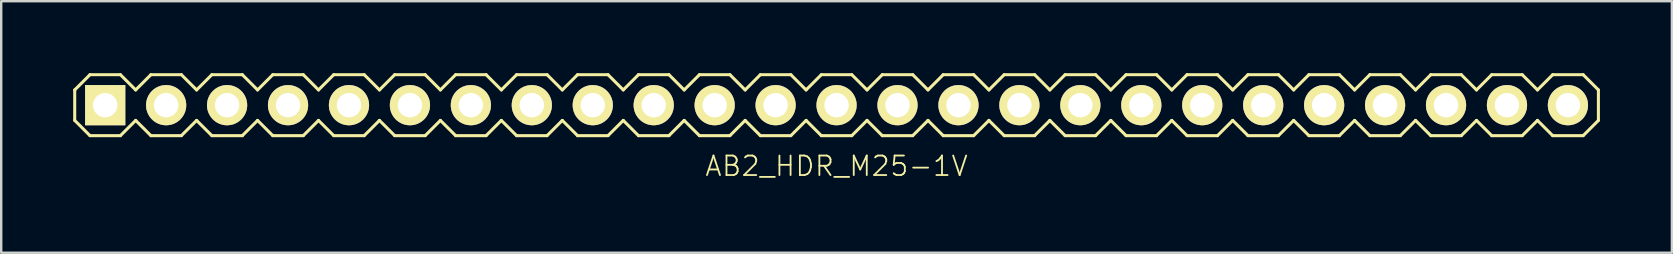
<source format=kicad_pcb>
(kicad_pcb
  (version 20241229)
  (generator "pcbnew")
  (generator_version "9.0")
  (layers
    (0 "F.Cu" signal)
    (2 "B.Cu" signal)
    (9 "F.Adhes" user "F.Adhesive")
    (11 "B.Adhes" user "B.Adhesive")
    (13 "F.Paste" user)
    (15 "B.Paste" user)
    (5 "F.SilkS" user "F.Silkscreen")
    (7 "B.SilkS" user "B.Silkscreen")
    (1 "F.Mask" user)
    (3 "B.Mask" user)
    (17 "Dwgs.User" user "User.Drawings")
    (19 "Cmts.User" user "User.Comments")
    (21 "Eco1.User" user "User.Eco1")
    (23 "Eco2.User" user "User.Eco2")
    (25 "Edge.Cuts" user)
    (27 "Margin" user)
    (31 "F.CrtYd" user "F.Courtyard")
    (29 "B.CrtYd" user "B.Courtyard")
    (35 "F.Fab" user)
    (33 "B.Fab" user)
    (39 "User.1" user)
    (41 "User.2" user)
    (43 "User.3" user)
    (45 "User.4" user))
  (footprint "AB2_HDR_M25-1V"
    (layer "F.Cu")
    (at 31.814 1.333)
    (property "Reference" "AB2_HDR_M25-1V" (at 0 2.54 0) (layer "F.SilkS") (effects (font (size 0.813 0.813) (thickness 0.076))))
    (attr through_hole)
    (fp_line (start -31.75 -0.635) (end -31.115 -1.27) (stroke (width 0.127) (type solid)) (layer "F.SilkS"))
    (fp_line (start -31.75 0.635) (end -31.75 -0.635) (stroke (width 0.127) (type solid)) (layer "F.SilkS"))
    (fp_line (start -31.115 -1.27) (end -29.845 -1.27) (stroke (width 0.127) (type solid)) (layer "F.SilkS"))
    (fp_line (start -31.115 1.27) (end -31.75 0.635) (stroke (width 0.127) (type solid)) (layer "F.SilkS"))
    (fp_line (start -29.845 -1.27) (end -29.21 -0.635) (stroke (width 0.127) (type solid)) (layer "F.SilkS"))
    (fp_line (start -29.845 1.27) (end -31.115 1.27) (stroke (width 0.127) (type solid)) (layer "F.SilkS"))
    (fp_line (start -29.21 -0.635) (end -28.575 -1.27) (stroke (width 0.127) (type solid)) (layer "F.SilkS"))
    (fp_line (start -29.21 0.635) (end -29.845 1.27) (stroke (width 0.127) (type solid)) (layer "F.SilkS"))
    (fp_line (start -28.575 -1.27) (end -27.305 -1.27) (stroke (width 0.127) (type solid)) (layer "F.SilkS"))
    (fp_line (start -28.575 1.27) (end -29.21 0.635) (stroke (width 0.127) (type solid)) (layer "F.SilkS"))
    (fp_line (start -27.305 -1.27) (end -26.67 -0.635) (stroke (width 0.127) (type solid)) (layer "F.SilkS"))
    (fp_line (start -27.305 1.27) (end -28.575 1.27) (stroke (width 0.127) (type solid)) (layer "F.SilkS"))
    (fp_line (start -26.67 -0.635) (end -26.035 -1.27) (stroke (width 0.127) (type solid)) (layer "F.SilkS"))
    (fp_line (start -26.67 0.635) (end -27.305 1.27) (stroke (width 0.127) (type solid)) (layer "F.SilkS"))
    (fp_line (start -26.035 -1.27) (end -24.765 -1.27) (stroke (width 0.127) (type solid)) (layer "F.SilkS"))
    (fp_line (start -26.035 1.27) (end -26.67 0.635) (stroke (width 0.127) (type solid)) (layer "F.SilkS"))
    (fp_line (start -24.765 -1.27) (end -24.13 -0.635) (stroke (width 0.127) (type solid)) (layer "F.SilkS"))
    (fp_line (start -24.765 1.27) (end -26.035 1.27) (stroke (width 0.127) (type solid)) (layer "F.SilkS"))
    (fp_line (start -24.13 -0.635) (end -23.495 -1.27) (stroke (width 0.127) (type solid)) (layer "F.SilkS"))
    (fp_line (start -24.13 0.635) (end -24.765 1.27) (stroke (width 0.127) (type solid)) (layer "F.SilkS"))
    (fp_line (start -23.495 -1.27) (end -22.225 -1.27) (stroke (width 0.127) (type solid)) (layer "F.SilkS"))
    (fp_line (start -23.495 1.27) (end -24.13 0.635) (stroke (width 0.127) (type solid)) (layer "F.SilkS"))
    (fp_line (start -22.225 -1.27) (end -21.59 -0.635) (stroke (width 0.127) (type solid)) (layer "F.SilkS"))
    (fp_line (start -22.225 1.27) (end -23.495 1.27) (stroke (width 0.127) (type solid)) (layer "F.SilkS"))
    (fp_line (start -21.59 -0.635) (end -20.955 -1.27) (stroke (width 0.127) (type solid)) (layer "F.SilkS"))
    (fp_line (start -21.59 0.635) (end -22.225 1.27) (stroke (width 0.127) (type solid)) (layer "F.SilkS"))
    (fp_line (start -20.955 -1.27) (end -19.685 -1.27) (stroke (width 0.127) (type solid)) (layer "F.SilkS"))
    (fp_line (start -20.955 1.27) (end -21.59 0.635) (stroke (width 0.127) (type solid)) (layer "F.SilkS"))
    (fp_line (start -19.685 -1.27) (end -19.05 -0.635) (stroke (width 0.127) (type solid)) (layer "F.SilkS"))
    (fp_line (start -19.685 1.27) (end -20.955 1.27) (stroke (width 0.127) (type solid)) (layer "F.SilkS"))
    (fp_line (start -19.05 -0.635) (end -18.415 -1.27) (stroke (width 0.127) (type solid)) (layer "F.SilkS"))
    (fp_line (start -19.05 0.635) (end -19.685 1.27) (stroke (width 0.127) (type solid)) (layer "F.SilkS"))
    (fp_line (start -18.415 -1.27) (end -17.145 -1.27) (stroke (width 0.127) (type solid)) (layer "F.SilkS"))
    (fp_line (start -18.415 1.27) (end -19.05 0.635) (stroke (width 0.127) (type solid)) (layer "F.SilkS"))
    (fp_line (start -17.145 -1.27) (end -16.51 -0.635) (stroke (width 0.127) (type solid)) (layer "F.SilkS"))
    (fp_line (start -17.145 1.27) (end -18.415 1.27) (stroke (width 0.127) (type solid)) (layer "F.SilkS"))
    (fp_line (start -16.51 -0.635) (end -15.875 -1.27) (stroke (width 0.127) (type solid)) (layer "F.SilkS"))
    (fp_line (start -16.51 0.635) (end -17.145 1.27) (stroke (width 0.127) (type solid)) (layer "F.SilkS"))
    (fp_line (start -15.875 -1.27) (end -14.605 -1.27) (stroke (width 0.127) (type solid)) (layer "F.SilkS"))
    (fp_line (start -15.875 1.27) (end -16.51 0.635) (stroke (width 0.127) (type solid)) (layer "F.SilkS"))
    (fp_line (start -14.605 -1.27) (end -13.97 -0.635) (stroke (width 0.127) (type solid)) (layer "F.SilkS"))
    (fp_line (start -14.605 1.27) (end -15.875 1.27) (stroke (width 0.127) (type solid)) (layer "F.SilkS"))
    (fp_line (start -13.97 -0.635) (end -13.335 -1.27) (stroke (width 0.127) (type solid)) (layer "F.SilkS"))
    (fp_line (start -13.97 0.635) (end -14.605 1.27) (stroke (width 0.127) (type solid)) (layer "F.SilkS"))
    (fp_line (start -13.335 -1.27) (end -12.065 -1.27) (stroke (width 0.127) (type solid)) (layer "F.SilkS"))
    (fp_line (start -13.335 1.27) (end -13.97 0.635) (stroke (width 0.127) (type solid)) (layer "F.SilkS"))
    (fp_line (start -12.065 -1.27) (end -11.43 -0.635) (stroke (width 0.127) (type solid)) (layer "F.SilkS"))
    (fp_line (start -12.065 1.27) (end -13.335 1.27) (stroke (width 0.127) (type solid)) (layer "F.SilkS"))
    (fp_line (start -11.43 -0.635) (end -10.795 -1.27) (stroke (width 0.127) (type solid)) (layer "F.SilkS"))
    (fp_line (start -11.43 0.635) (end -12.065 1.27) (stroke (width 0.127) (type solid)) (layer "F.SilkS"))
    (fp_line (start -10.795 -1.27) (end -9.525 -1.27) (stroke (width 0.127) (type solid)) (layer "F.SilkS"))
    (fp_line (start -10.795 1.27) (end -11.43 0.635) (stroke (width 0.127) (type solid)) (layer "F.SilkS"))
    (fp_line (start -9.525 -1.27) (end -8.89 -0.635) (stroke (width 0.127) (type solid)) (layer "F.SilkS"))
    (fp_line (start -9.525 1.27) (end -10.795 1.27) (stroke (width 0.127) (type solid)) (layer "F.SilkS"))
    (fp_line (start -8.89 -0.635) (end -8.255 -1.27) (stroke (width 0.127) (type solid)) (layer "F.SilkS"))
    (fp_line (start -8.89 0.635) (end -9.525 1.27) (stroke (width 0.127) (type solid)) (layer "F.SilkS"))
    (fp_line (start -8.255 -1.27) (end -6.985 -1.27) (stroke (width 0.127) (type solid)) (layer "F.SilkS"))
    (fp_line (start -8.255 1.27) (end -8.89 0.635) (stroke (width 0.127) (type solid)) (layer "F.SilkS"))
    (fp_line (start -6.985 -1.27) (end -6.35 -0.635) (stroke (width 0.127) (type solid)) (layer "F.SilkS"))
    (fp_line (start -6.985 1.27) (end -8.255 1.27) (stroke (width 0.127) (type solid)) (layer "F.SilkS"))
    (fp_line (start -6.35 -0.635) (end -5.715 -1.27) (stroke (width 0.127) (type solid)) (layer "F.SilkS"))
    (fp_line (start -6.35 0.635) (end -6.985 1.27) (stroke (width 0.127) (type solid)) (layer "F.SilkS"))
    (fp_line (start -5.715 -1.27) (end -4.445 -1.27) (stroke (width 0.127) (type solid)) (layer "F.SilkS"))
    (fp_line (start -5.715 1.27) (end -6.35 0.635) (stroke (width 0.127) (type solid)) (layer "F.SilkS"))
    (fp_line (start -4.445 -1.27) (end -3.81 -0.635) (stroke (width 0.127) (type solid)) (layer "F.SilkS"))
    (fp_line (start -4.445 1.27) (end -5.715 1.27) (stroke (width 0.127) (type solid)) (layer "F.SilkS"))
    (fp_line (start -3.81 -0.635) (end -3.175 -1.27) (stroke (width 0.127) (type solid)) (layer "F.SilkS"))
    (fp_line (start -3.81 0.635) (end -4.445 1.27) (stroke (width 0.127) (type solid)) (layer "F.SilkS"))
    (fp_line (start -3.175 -1.27) (end -1.905 -1.27) (stroke (width 0.127) (type solid)) (layer "F.SilkS"))
    (fp_line (start -3.175 1.27) (end -3.81 0.635) (stroke (width 0.127) (type solid)) (layer "F.SilkS"))
    (fp_line (start -1.905 -1.27) (end -1.27 -0.635) (stroke (width 0.127) (type solid)) (layer "F.SilkS"))
    (fp_line (start -1.905 1.27) (end -3.175 1.27) (stroke (width 0.127) (type solid)) (layer "F.SilkS"))
    (fp_line (start -1.27 -0.635) (end -0.635 -1.27) (stroke (width 0.127) (type solid)) (layer "F.SilkS"))
    (fp_line (start -1.27 0.635) (end -1.905 1.27) (stroke (width 0.127) (type solid)) (layer "F.SilkS"))
    (fp_line (start -0.635 -1.27) (end 0.635 -1.27) (stroke (width 0.127) (type solid)) (layer "F.SilkS"))
    (fp_line (start -0.635 1.27) (end -1.27 0.635) (stroke (width 0.127) (type solid)) (layer "F.SilkS"))
    (fp_line (start 0.635 -1.27) (end 1.27 -0.635) (stroke (width 0.127) (type solid)) (layer "F.SilkS"))
    (fp_line (start 0.635 1.27) (end -0.635 1.27) (stroke (width 0.127) (type solid)) (layer "F.SilkS"))
    (fp_line (start 1.27 -0.635) (end 1.905 -1.27) (stroke (width 0.127) (type solid)) (layer "F.SilkS"))
    (fp_line (start 1.27 0.635) (end 0.635 1.27) (stroke (width 0.127) (type solid)) (layer "F.SilkS"))
    (fp_line (start 1.905 -1.27) (end 3.175 -1.27) (stroke (width 0.127) (type solid)) (layer "F.SilkS"))
    (fp_line (start 1.905 1.27) (end 1.27 0.635) (stroke (width 0.127) (type solid)) (layer "F.SilkS"))
    (fp_line (start 3.175 -1.27) (end 3.81 -0.635) (stroke (width 0.127) (type solid)) (layer "F.SilkS"))
    (fp_line (start 3.175 1.27) (end 1.905 1.27) (stroke (width 0.127) (type solid)) (layer "F.SilkS"))
    (fp_line (start 3.81 -0.635) (end 4.445 -1.27) (stroke (width 0.127) (type solid)) (layer "F.SilkS"))
    (fp_line (start 3.81 0.635) (end 3.175 1.27) (stroke (width 0.127) (type solid)) (layer "F.SilkS"))
    (fp_line (start 4.445 -1.27) (end 5.715 -1.27) (stroke (width 0.127) (type solid)) (layer "F.SilkS"))
    (fp_line (start 4.445 1.27) (end 3.81 0.635) (stroke (width 0.127) (type solid)) (layer "F.SilkS"))
    (fp_line (start 5.715 -1.27) (end 6.35 -0.635) (stroke (width 0.127) (type solid)) (layer "F.SilkS"))
    (fp_line (start 5.715 1.27) (end 4.445 1.27) (stroke (width 0.127) (type solid)) (layer "F.SilkS"))
    (fp_line (start 6.35 -0.635) (end 6.985 -1.27) (stroke (width 0.127) (type solid)) (layer "F.SilkS"))
    (fp_line (start 6.35 0.635) (end 5.715 1.27) (stroke (width 0.127) (type solid)) (layer "F.SilkS"))
    (fp_line (start 6.985 -1.27) (end 8.255 -1.27) (stroke (width 0.127) (type solid)) (layer "F.SilkS"))
    (fp_line (start 6.985 1.27) (end 6.35 0.635) (stroke (width 0.127) (type solid)) (layer "F.SilkS"))
    (fp_line (start 8.255 -1.27) (end 8.89 -0.635) (stroke (width 0.127) (type solid)) (layer "F.SilkS"))
    (fp_line (start 8.255 1.27) (end 6.985 1.27) (stroke (width 0.127) (type solid)) (layer "F.SilkS"))
    (fp_line (start 8.89 -0.635) (end 9.525 -1.27) (stroke (width 0.127) (type solid)) (layer "F.SilkS"))
    (fp_line (start 8.89 0.635) (end 8.255 1.27) (stroke (width 0.127) (type solid)) (layer "F.SilkS"))
    (fp_line (start 9.525 -1.27) (end 10.795 -1.27) (stroke (width 0.127) (type solid)) (layer "F.SilkS"))
    (fp_line (start 9.525 1.27) (end 8.89 0.635) (stroke (width 0.127) (type solid)) (layer "F.SilkS"))
    (fp_line (start 10.795 -1.27) (end 11.43 -0.635) (stroke (width 0.127) (type solid)) (layer "F.SilkS"))
    (fp_line (start 10.795 1.27) (end 9.525 1.27) (stroke (width 0.127) (type solid)) (layer "F.SilkS"))
    (fp_line (start 11.43 -0.635) (end 12.065 -1.27) (stroke (width 0.127) (type solid)) (layer "F.SilkS"))
    (fp_line (start 11.43 0.635) (end 10.795 1.27) (stroke (width 0.127) (type solid)) (layer "F.SilkS"))
    (fp_line (start 12.065 -1.27) (end 13.335 -1.27) (stroke (width 0.127) (type solid)) (layer "F.SilkS"))
    (fp_line (start 12.065 1.27) (end 11.43 0.635) (stroke (width 0.127) (type solid)) (layer "F.SilkS"))
    (fp_line (start 13.335 -1.27) (end 13.97 -0.635) (stroke (width 0.127) (type solid)) (layer "F.SilkS"))
    (fp_line (start 13.335 1.27) (end 12.065 1.27) (stroke (width 0.127) (type solid)) (layer "F.SilkS"))
    (fp_line (start 13.97 -0.635) (end 14.605 -1.27) (stroke (width 0.127) (type solid)) (layer "F.SilkS"))
    (fp_line (start 13.97 0.635) (end 13.335 1.27) (stroke (width 0.127) (type solid)) (layer "F.SilkS"))
    (fp_line (start 14.605 -1.27) (end 15.875 -1.27) (stroke (width 0.127) (type solid)) (layer "F.SilkS"))
    (fp_line (start 14.605 1.27) (end 13.97 0.635) (stroke (width 0.127) (type solid)) (layer "F.SilkS"))
    (fp_line (start 15.875 -1.27) (end 16.51 -0.635) (stroke (width 0.127) (type solid)) (layer "F.SilkS"))
    (fp_line (start 15.875 1.27) (end 14.605 1.27) (stroke (width 0.127) (type solid)) (layer "F.SilkS"))
    (fp_line (start 16.51 -0.635) (end 17.145 -1.27) (stroke (width 0.127) (type solid)) (layer "F.SilkS"))
    (fp_line (start 16.51 0.635) (end 15.875 1.27) (stroke (width 0.127) (type solid)) (layer "F.SilkS"))
    (fp_line (start 17.145 -1.27) (end 18.415 -1.27) (stroke (width 0.127) (type solid)) (layer "F.SilkS"))
    (fp_line (start 17.145 1.27) (end 16.51 0.635) (stroke (width 0.127) (type solid)) (layer "F.SilkS"))
    (fp_line (start 18.415 -1.27) (end 19.05 -0.635) (stroke (width 0.127) (type solid)) (layer "F.SilkS"))
    (fp_line (start 18.415 1.27) (end 17.145 1.27) (stroke (width 0.127) (type solid)) (layer "F.SilkS"))
    (fp_line (start 19.05 -0.635) (end 19.685 -1.27) (stroke (width 0.127) (type solid)) (layer "F.SilkS"))
    (fp_line (start 19.05 0.635) (end 18.415 1.27) (stroke (width 0.127) (type solid)) (layer "F.SilkS"))
    (fp_line (start 19.685 -1.27) (end 20.955 -1.27) (stroke (width 0.127) (type solid)) (layer "F.SilkS"))
    (fp_line (start 19.685 1.27) (end 19.05 0.635) (stroke (width 0.127) (type solid)) (layer "F.SilkS"))
    (fp_line (start 20.955 -1.27) (end 21.59 -0.635) (stroke (width 0.127) (type solid)) (layer "F.SilkS"))
    (fp_line (start 20.955 1.27) (end 19.685 1.27) (stroke (width 0.127) (type solid)) (layer "F.SilkS"))
    (fp_line (start 21.59 -0.635) (end 22.225 -1.27) (stroke (width 0.127) (type solid)) (layer "F.SilkS"))
    (fp_line (start 21.59 0.635) (end 20.955 1.27) (stroke (width 0.127) (type solid)) (layer "F.SilkS"))
    (fp_line (start 22.225 -1.27) (end 23.495 -1.27) (stroke (width 0.127) (type solid)) (layer "F.SilkS"))
    (fp_line (start 22.225 1.27) (end 21.59 0.635) (stroke (width 0.127) (type solid)) (layer "F.SilkS"))
    (fp_line (start 23.495 -1.27) (end 24.13 -0.635) (stroke (width 0.127) (type solid)) (layer "F.SilkS"))
    (fp_line (start 23.495 1.27) (end 22.225 1.27) (stroke (width 0.127) (type solid)) (layer "F.SilkS"))
    (fp_line (start 24.13 -0.635) (end 24.765 -1.27) (stroke (width 0.127) (type solid)) (layer "F.SilkS"))
    (fp_line (start 24.13 0.635) (end 23.495 1.27) (stroke (width 0.127) (type solid)) (layer "F.SilkS"))
    (fp_line (start 24.765 -1.27) (end 26.035 -1.27) (stroke (width 0.127) (type solid)) (layer "F.SilkS"))
    (fp_line (start 24.765 1.27) (end 24.13 0.635) (stroke (width 0.127) (type solid)) (layer "F.SilkS"))
    (fp_line (start 26.035 -1.27) (end 26.67 -0.635) (stroke (width 0.127) (type solid)) (layer "F.SilkS"))
    (fp_line (start 26.035 1.27) (end 24.765 1.27) (stroke (width 0.127) (type solid)) (layer "F.SilkS"))
    (fp_line (start 26.67 -0.635) (end 27.305 -1.27) (stroke (width 0.127) (type solid)) (layer "F.SilkS"))
    (fp_line (start 26.67 0.635) (end 26.035 1.27) (stroke (width 0.127) (type solid)) (layer "F.SilkS"))
    (fp_line (start 27.305 -1.27) (end 28.575 -1.27) (stroke (width 0.127) (type solid)) (layer "F.SilkS"))
    (fp_line (start 27.305 1.27) (end 26.67 0.635) (stroke (width 0.127) (type solid)) (layer "F.SilkS"))
    (fp_line (start 28.575 -1.27) (end 29.21 -0.635) (stroke (width 0.127) (type solid)) (layer "F.SilkS"))
    (fp_line (start 28.575 1.27) (end 27.305 1.27) (stroke (width 0.127) (type solid)) (layer "F.SilkS"))
    (fp_line (start 29.21 -0.635) (end 29.845 -1.27) (stroke (width 0.127) (type solid)) (layer "F.SilkS"))
    (fp_line (start 29.21 0.635) (end 28.575 1.27) (stroke (width 0.127) (type solid)) (layer "F.SilkS"))
    (fp_line (start 29.845 -1.27) (end 31.115 -1.27) (stroke (width 0.127) (type solid)) (layer "F.SilkS"))
    (fp_line (start 29.845 1.27) (end 29.21 0.635) (stroke (width 0.127) (type solid)) (layer "F.SilkS"))
    (fp_line (start 31.115 -1.27) (end 31.75 -0.635) (stroke (width 0.127) (type solid)) (layer "F.SilkS"))
    (fp_line (start 31.115 1.27) (end 29.845 1.27) (stroke (width 0.127) (type solid)) (layer "F.SilkS"))
    (fp_line (start 31.75 -0.635) (end 31.75 0.635) (stroke (width 0.127) (type solid)) (layer "F.SilkS"))
    (fp_line (start 31.75 0.635) (end 31.115 1.27) (stroke (width 0.127) (type solid)) (layer "F.SilkS"))
    (pad "1" thru_hole rect (at -30.48 0) (size 1.676 1.676) (drill 1.016) (layers "*.Cu" "*.Mask" "F.SilkS"))
    (pad "2" thru_hole circle (at -27.94 0) (size 1.676 1.676) (drill 1.016) (layers "*.Cu" "*.Mask" "F.SilkS"))
    (pad "3" thru_hole circle (at -25.4 0) (size 1.676 1.676) (drill 1.016) (layers "*.Cu" "*.Mask" "F.SilkS"))
    (pad "4" thru_hole circle (at -22.86 0) (size 1.676 1.676) (drill 1.016) (layers "*.Cu" "*.Mask" "F.SilkS"))
    (pad "5" thru_hole circle (at -20.32 0) (size 1.676 1.676) (drill 1.016) (layers "*.Cu" "*.Mask" "F.SilkS"))
    (pad "6" thru_hole circle (at -17.78 0) (size 1.676 1.676) (drill 1.016) (layers "*.Cu" "*.Mask" "F.SilkS"))
    (pad "7" thru_hole circle (at -15.24 0) (size 1.676 1.676) (drill 1.016) (layers "*.Cu" "*.Mask" "F.SilkS"))
    (pad "8" thru_hole circle (at -12.7 0) (size 1.676 1.676) (drill 1.016) (layers "*.Cu" "*.Mask" "F.SilkS"))
    (pad "9" thru_hole circle (at -10.16 0) (size 1.676 1.676) (drill 1.016) (layers "*.Cu" "*.Mask" "F.SilkS"))
    (pad "10" thru_hole circle (at -7.62 0) (size 1.676 1.676) (drill 1.016) (layers "*.Cu" "*.Mask" "F.SilkS"))
    (pad "11" thru_hole circle (at -5.08 0) (size 1.676 1.676) (drill 1.016) (layers "*.Cu" "*.Mask" "F.SilkS"))
    (pad "12" thru_hole circle (at -2.54 0) (size 1.676 1.676) (drill 1.016) (layers "*.Cu" "*.Mask" "F.SilkS"))
    (pad "13" thru_hole circle (at 0 0) (size 1.676 1.676) (drill 1.016) (layers "*.Cu" "*.Mask" "F.SilkS"))
    (pad "14" thru_hole circle (at 2.54 0) (size 1.676 1.676) (drill 1.016) (layers "*.Cu" "*.Mask" "F.SilkS"))
    (pad "15" thru_hole circle (at 5.08 0) (size 1.676 1.676) (drill 1.016) (layers "*.Cu" "*.Mask" "F.SilkS"))
    (pad "16" thru_hole circle (at 7.62 0) (size 1.676 1.676) (drill 1.016) (layers "*.Cu" "*.Mask" "F.SilkS"))
    (pad "17" thru_hole circle (at 10.16 0) (size 1.676 1.676) (drill 1.016) (layers "*.Cu" "*.Mask" "F.SilkS"))
    (pad "18" thru_hole circle (at 12.7 0) (size 1.676 1.676) (drill 1.016) (layers "*.Cu" "*.Mask" "F.SilkS"))
    (pad "19" thru_hole circle (at 15.24 0) (size 1.676 1.676) (drill 1.016) (layers "*.Cu" "*.Mask" "F.SilkS"))
    (pad "20" thru_hole circle (at 17.78 0) (size 1.676 1.676) (drill 1.016) (layers "*.Cu" "*.Mask" "F.SilkS"))
    (pad "21" thru_hole circle (at 20.32 0) (size 1.676 1.676) (drill 1.016) (layers "*.Cu" "*.Mask" "F.SilkS"))
    (pad "22" thru_hole circle (at 22.86 0) (size 1.676 1.676) (drill 1.016) (layers "*.Cu" "*.Mask" "F.SilkS"))
    (pad "23" thru_hole circle (at 25.4 0) (size 1.676 1.676) (drill 1.016) (layers "*.Cu" "*.Mask" "F.SilkS"))
    (pad "24" thru_hole circle (at 27.94 0) (size 1.676 1.676) (drill 1.016) (layers "*.Cu" "*.Mask" "F.SilkS"))
    (pad "25" thru_hole circle (at 30.48 0) (size 1.676 1.676) (drill 1.016) (layers "*.Cu" "*.Mask" "F.SilkS")))
  (gr_rect
    (start -3 -3)
    (end 66.627 7.483)
    (stroke (width 0.1) (type default))
    (fill no)
    (layer "Edge.Cuts")))
</source>
